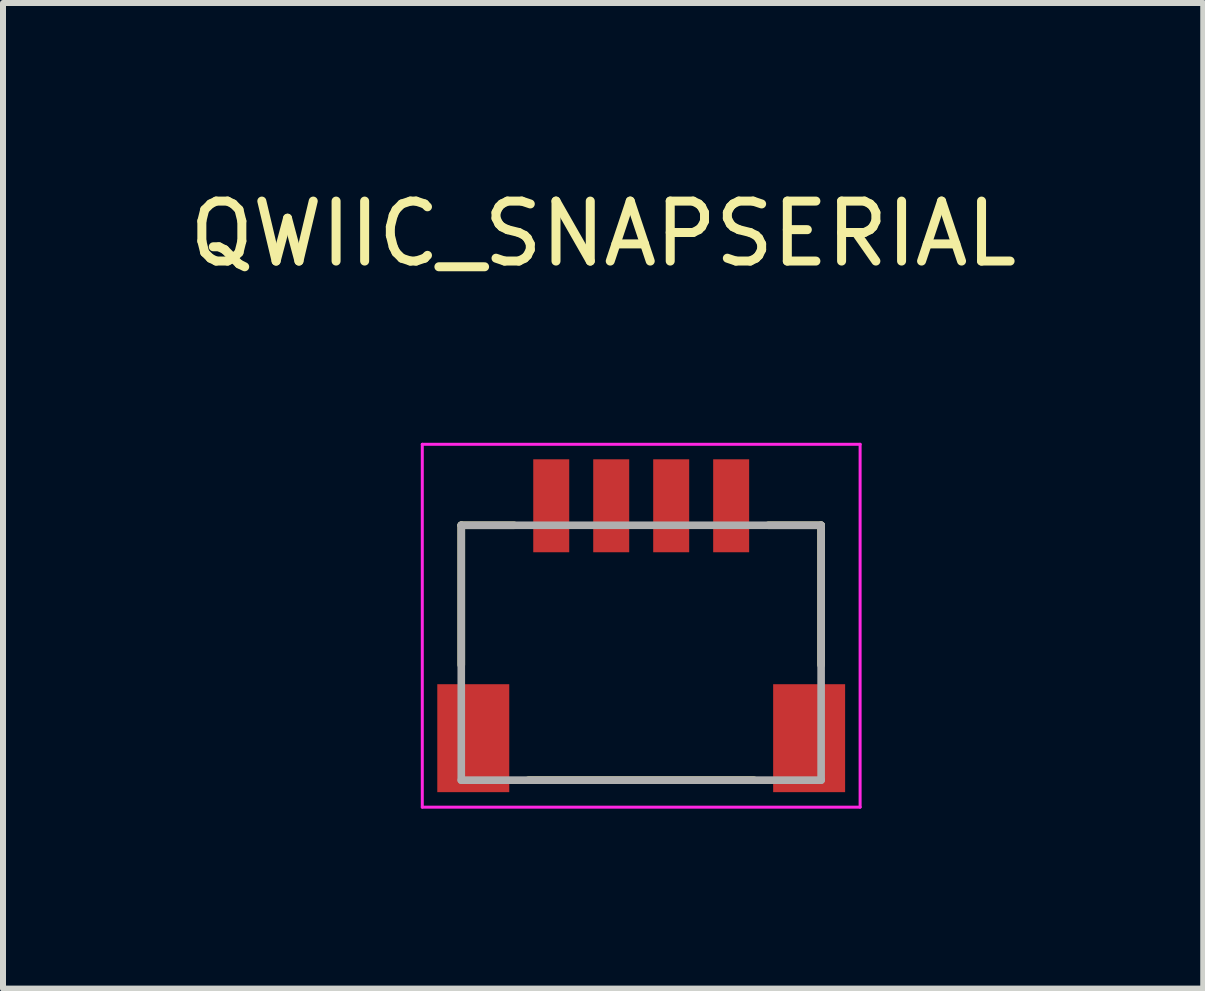
<source format=kicad_pcb>
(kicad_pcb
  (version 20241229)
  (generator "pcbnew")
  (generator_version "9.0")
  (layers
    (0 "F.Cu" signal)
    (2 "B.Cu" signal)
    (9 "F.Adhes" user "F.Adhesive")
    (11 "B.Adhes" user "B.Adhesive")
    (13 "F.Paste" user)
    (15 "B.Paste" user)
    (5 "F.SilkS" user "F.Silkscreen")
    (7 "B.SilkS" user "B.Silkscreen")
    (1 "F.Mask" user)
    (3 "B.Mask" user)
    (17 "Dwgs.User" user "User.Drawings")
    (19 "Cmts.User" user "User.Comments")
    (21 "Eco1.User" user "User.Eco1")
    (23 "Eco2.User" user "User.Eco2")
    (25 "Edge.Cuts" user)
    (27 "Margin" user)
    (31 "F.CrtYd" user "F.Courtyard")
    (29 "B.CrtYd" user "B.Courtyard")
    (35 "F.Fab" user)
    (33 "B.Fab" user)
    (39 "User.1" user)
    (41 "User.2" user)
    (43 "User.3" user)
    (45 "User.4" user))
  (footprint "QWIIC_SNAPSERIAL"
    (layer "F.Cu")
    (at 7.641 7.833)
    (property "Reference" "QWIIC_SNAPSERIAL" (at -0.635 -6.985 0) (layer "F.SilkS") (effects (font (size 1 1) (thickness 0.15))))
    (attr smd)
    (fp_line (start -3 -2.125) (end -2.12 -2.125) (stroke (width 0.127) (type solid)) (layer "F.SilkS"))
    (fp_line (start -3 0.205) (end -3 -2.125) (stroke (width 0.127) (type solid)) (layer "F.SilkS"))
    (fp_line (start -1.88 2.125) (end 1.88 2.125) (stroke (width 0.127) (type solid)) (layer "F.SilkS"))
    (fp_line (start 2.12 -2.125) (end 3 -2.125) (stroke (width 0.127) (type solid)) (layer "F.SilkS"))
    (fp_line (start 3 -2.125) (end 3 0.205) (stroke (width 0.127) (type solid)) (layer "F.SilkS"))
    (fp_line (start -3.65 -3.475) (end -3.65 2.575) (stroke (width 0.05) (type solid)) (layer "F.CrtYd"))
    (fp_line (start -3.65 2.575) (end 3.65 2.575) (stroke (width 0.05) (type solid)) (layer "F.CrtYd"))
    (fp_line (start 3.65 -3.475) (end -3.65 -3.475) (stroke (width 0.05) (type solid)) (layer "F.CrtYd"))
    (fp_line (start 3.65 2.575) (end 3.65 -3.475) (stroke (width 0.05) (type solid)) (layer "F.CrtYd"))
    (fp_line (start -3 -2.125) (end 3 -2.125) (stroke (width 0.127) (type solid)) (layer "F.Fab"))
    (fp_line (start -3 2.125) (end -3 -2.125) (stroke (width 0.127) (type solid)) (layer "F.Fab"))
    (fp_line (start 3 -2.125) (end 3 2.125) (stroke (width 0.127) (type solid)) (layer "F.Fab"))
    (fp_line (start 3 2.125) (end -3 2.125) (stroke (width 0.127) (type solid)) (layer "F.Fab"))
    (pad "1" smd rect (at -1.5 -2.45) (size 0.6 1.55) (layers "F.Cu" "F.Mask" "F.Paste"))
    (pad "2" smd rect (at -0.5 -2.45) (size 0.6 1.55) (layers "F.Cu" "F.Mask" "F.Paste"))
    (pad "3" smd rect (at 0.5 -2.45) (size 0.6 1.55) (layers "F.Cu" "F.Mask" "F.Paste"))
    (pad "4" smd rect (at 1.5 -2.45) (size 0.6 1.55) (layers "F.Cu" "F.Mask" "F.Paste"))
    (pad "S1" smd rect (at -2.8 1.425) (size 1.2 1.8) (layers "F.Cu" "F.Mask" "F.Paste"))
    (pad "S2" smd rect (at 2.8 1.425) (size 1.2 1.8) (layers "F.Cu" "F.Mask" "F.Paste")))
  (gr_rect
    (start -3 -3)
    (end 17.012 13.433)
    (stroke (width 0.1) (type default))
    (fill no)
    (layer "Edge.Cuts")))
</source>
